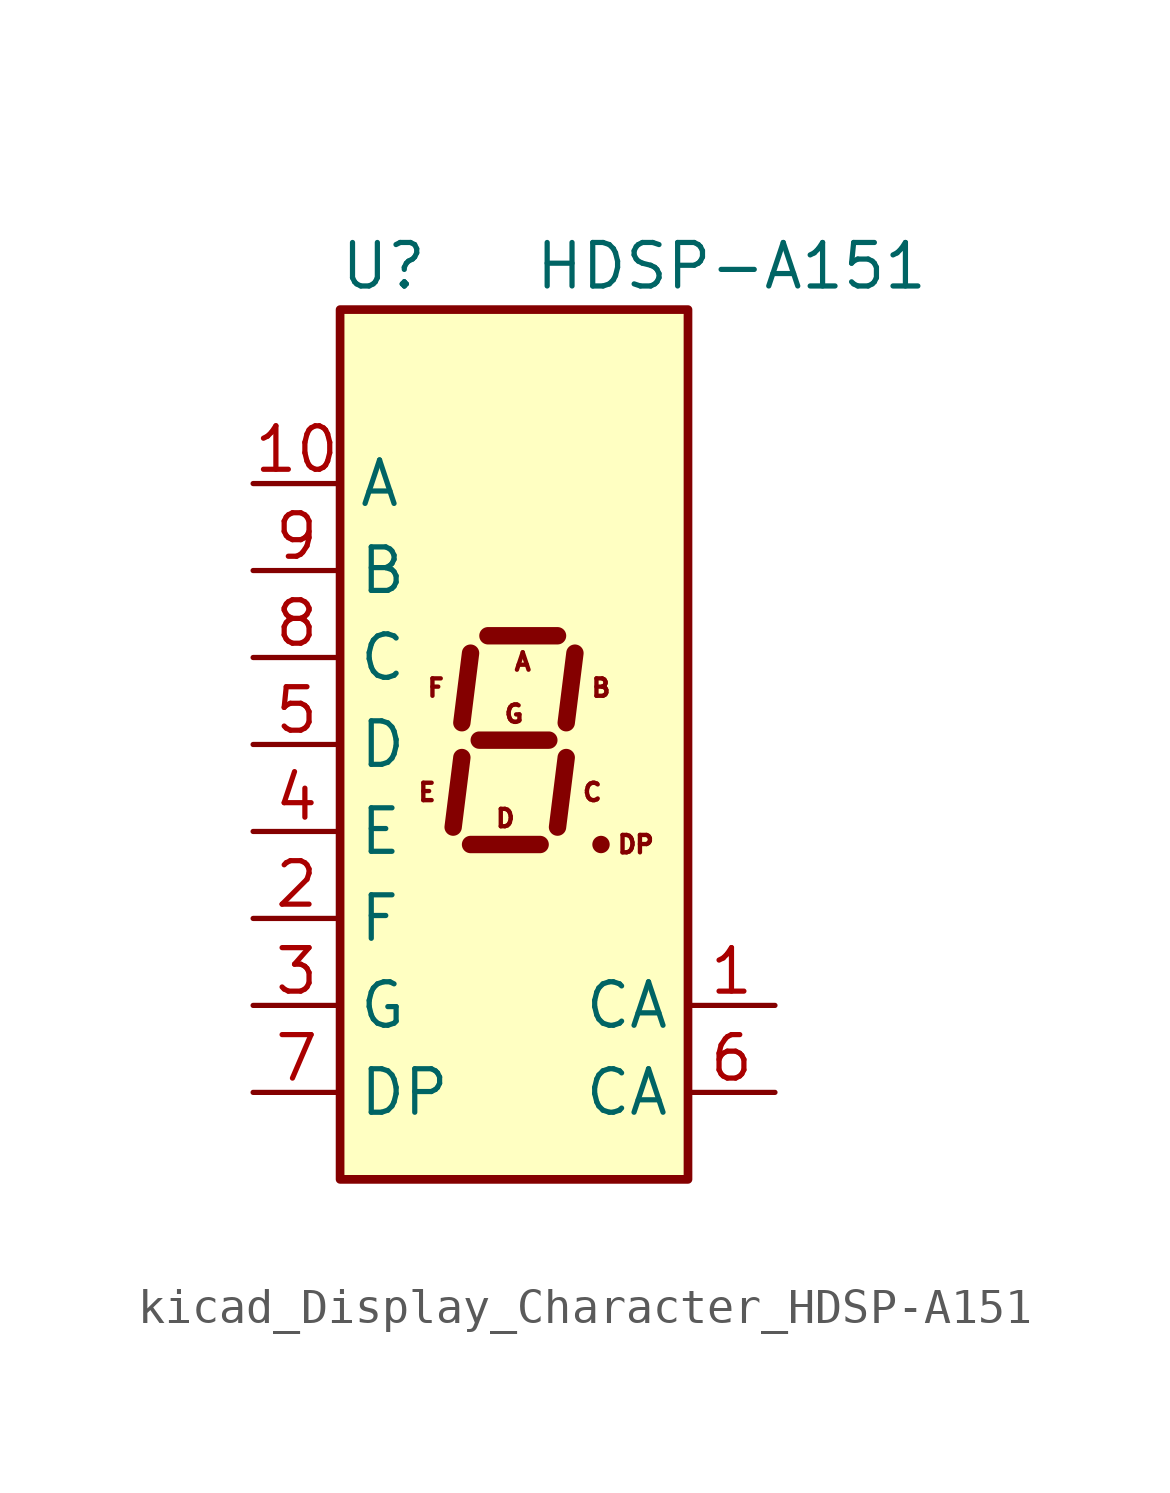
<source format=kicad_sym>
(kicad_symbol_lib
  (version 20220914)
  (generator kicad_symbol_editor)
  (symbol "kicad_Display_Character_HDSP-A151"
    (property "Reference" "U"
      (at -3.81 13.97 0)
      (effects (font (size 1.27 1.27))))
    (property "Value" "HDSP-A151"
      (at 6.35 13.97 0)
      (effects (font (size 1.27 1.27))))
    (symbol "kicad_Display_Character_HDSP-A151_1_0"
      (text "A" (at 0.254 2.413 0) (effects (font (size 0.508 0.508))))
      (text "B" (at 2.54 1.651 0) (effects (font (size 0.508 0.508))))
      (text "C" (at 2.286 -1.397 0) (effects (font (size 0.508 0.508))))
      (text "D" (at -0.254 -2.159 0) (effects (font (size 0.508 0.508))))
      (text "DP" (at 3.556 -2.921 0) (effects (font (size 0.508 0.508))))
      (text "E" (at -2.54 -1.397 0) (effects (font (size 0.508 0.508))))
      (text "F" (at -2.286 1.651 0) (effects (font (size 0.508 0.508))))
      (text "G" (at 0 0.889 0) (effects (font (size 0.508 0.508)))))
    (symbol "kicad_Display_Character_HDSP-A151_1_1"
      (rectangle (start -5.08 12.7) (end 5.08 -12.7) (stroke (width 0.254) (type default)) (fill (type background)))
      (polyline (pts (xy -1.524 -0.381) (xy -1.778 -2.413)) (stroke (width 0.508) (type default)) (fill (type none)))
      (polyline (pts (xy -1.27 -2.921) (xy 0.762 -2.921)) (stroke (width 0.508) (type default)) (fill (type none)))
      (polyline (pts (xy -1.27 2.667) (xy -1.524 0.635)) (stroke (width 0.508) (type default)) (fill (type none)))
      (polyline (pts (xy -1.016 0.127) (xy 1.016 0.127)) (stroke (width 0.508) (type default)) (fill (type none)))
      (polyline (pts (xy -0.762 3.175) (xy 1.27 3.175)) (stroke (width 0.508) (type default)) (fill (type none)))
      (polyline (pts (xy 1.524 -0.381) (xy 1.27 -2.413)) (stroke (width 0.508) (type default)) (fill (type none)))
      (polyline (pts (xy 1.778 2.667) (xy 1.524 0.635)) (stroke (width 0.508) (type default)) (fill (type none)))
      (polyline (pts (xy 2.54 -2.921) (xy 2.54 -2.921)) (stroke (width 0.508) (type default)) (fill (type none)))
      (pin input line (at 7.62 -7.62 180) (length 2.54) (name "CA" (effects (font (size 1.27 1.27)))) (number "1" (effects (font (size 1.27 1.27)))))
      (pin input line (at -7.62 7.62 0) (length 2.54) (name "A" (effects (font (size 1.27 1.27)))) (number "10" (effects (font (size 1.27 1.27)))))
      (pin input line (at -7.62 -5.08 0) (length 2.54) (name "F" (effects (font (size 1.27 1.27)))) (number "2" (effects (font (size 1.27 1.27)))))
      (pin input line (at -7.62 -7.62 0) (length 2.54) (name "G" (effects (font (size 1.27 1.27)))) (number "3" (effects (font (size 1.27 1.27)))))
      (pin input line (at -7.62 -2.54 0) (length 2.54) (name "E" (effects (font (size 1.27 1.27)))) (number "4" (effects (font (size 1.27 1.27)))))
      (pin input line (at -7.62 0 0) (length 2.54) (name "D" (effects (font (size 1.27 1.27)))) (number "5" (effects (font (size 1.27 1.27)))))
      (pin input line (at 7.62 -10.16 180) (length 2.54) (name "CA" (effects (font (size 1.27 1.27)))) (number "6" (effects (font (size 1.27 1.27)))))
      (pin input line (at -7.62 -10.16 0) (length 2.54) (name "DP" (effects (font (size 1.27 1.27)))) (number "7" (effects (font (size 1.27 1.27)))))
      (pin input line (at -7.62 2.54 0) (length 2.54) (name "C" (effects (font (size 1.27 1.27)))) (number "8" (effects (font (size 1.27 1.27)))))
      (pin input line (at -7.62 5.08 0) (length 2.54) (name "B" (effects (font (size 1.27 1.27)))) (number "9" (effects (font (size 1.27 1.27))))))))
</source>
